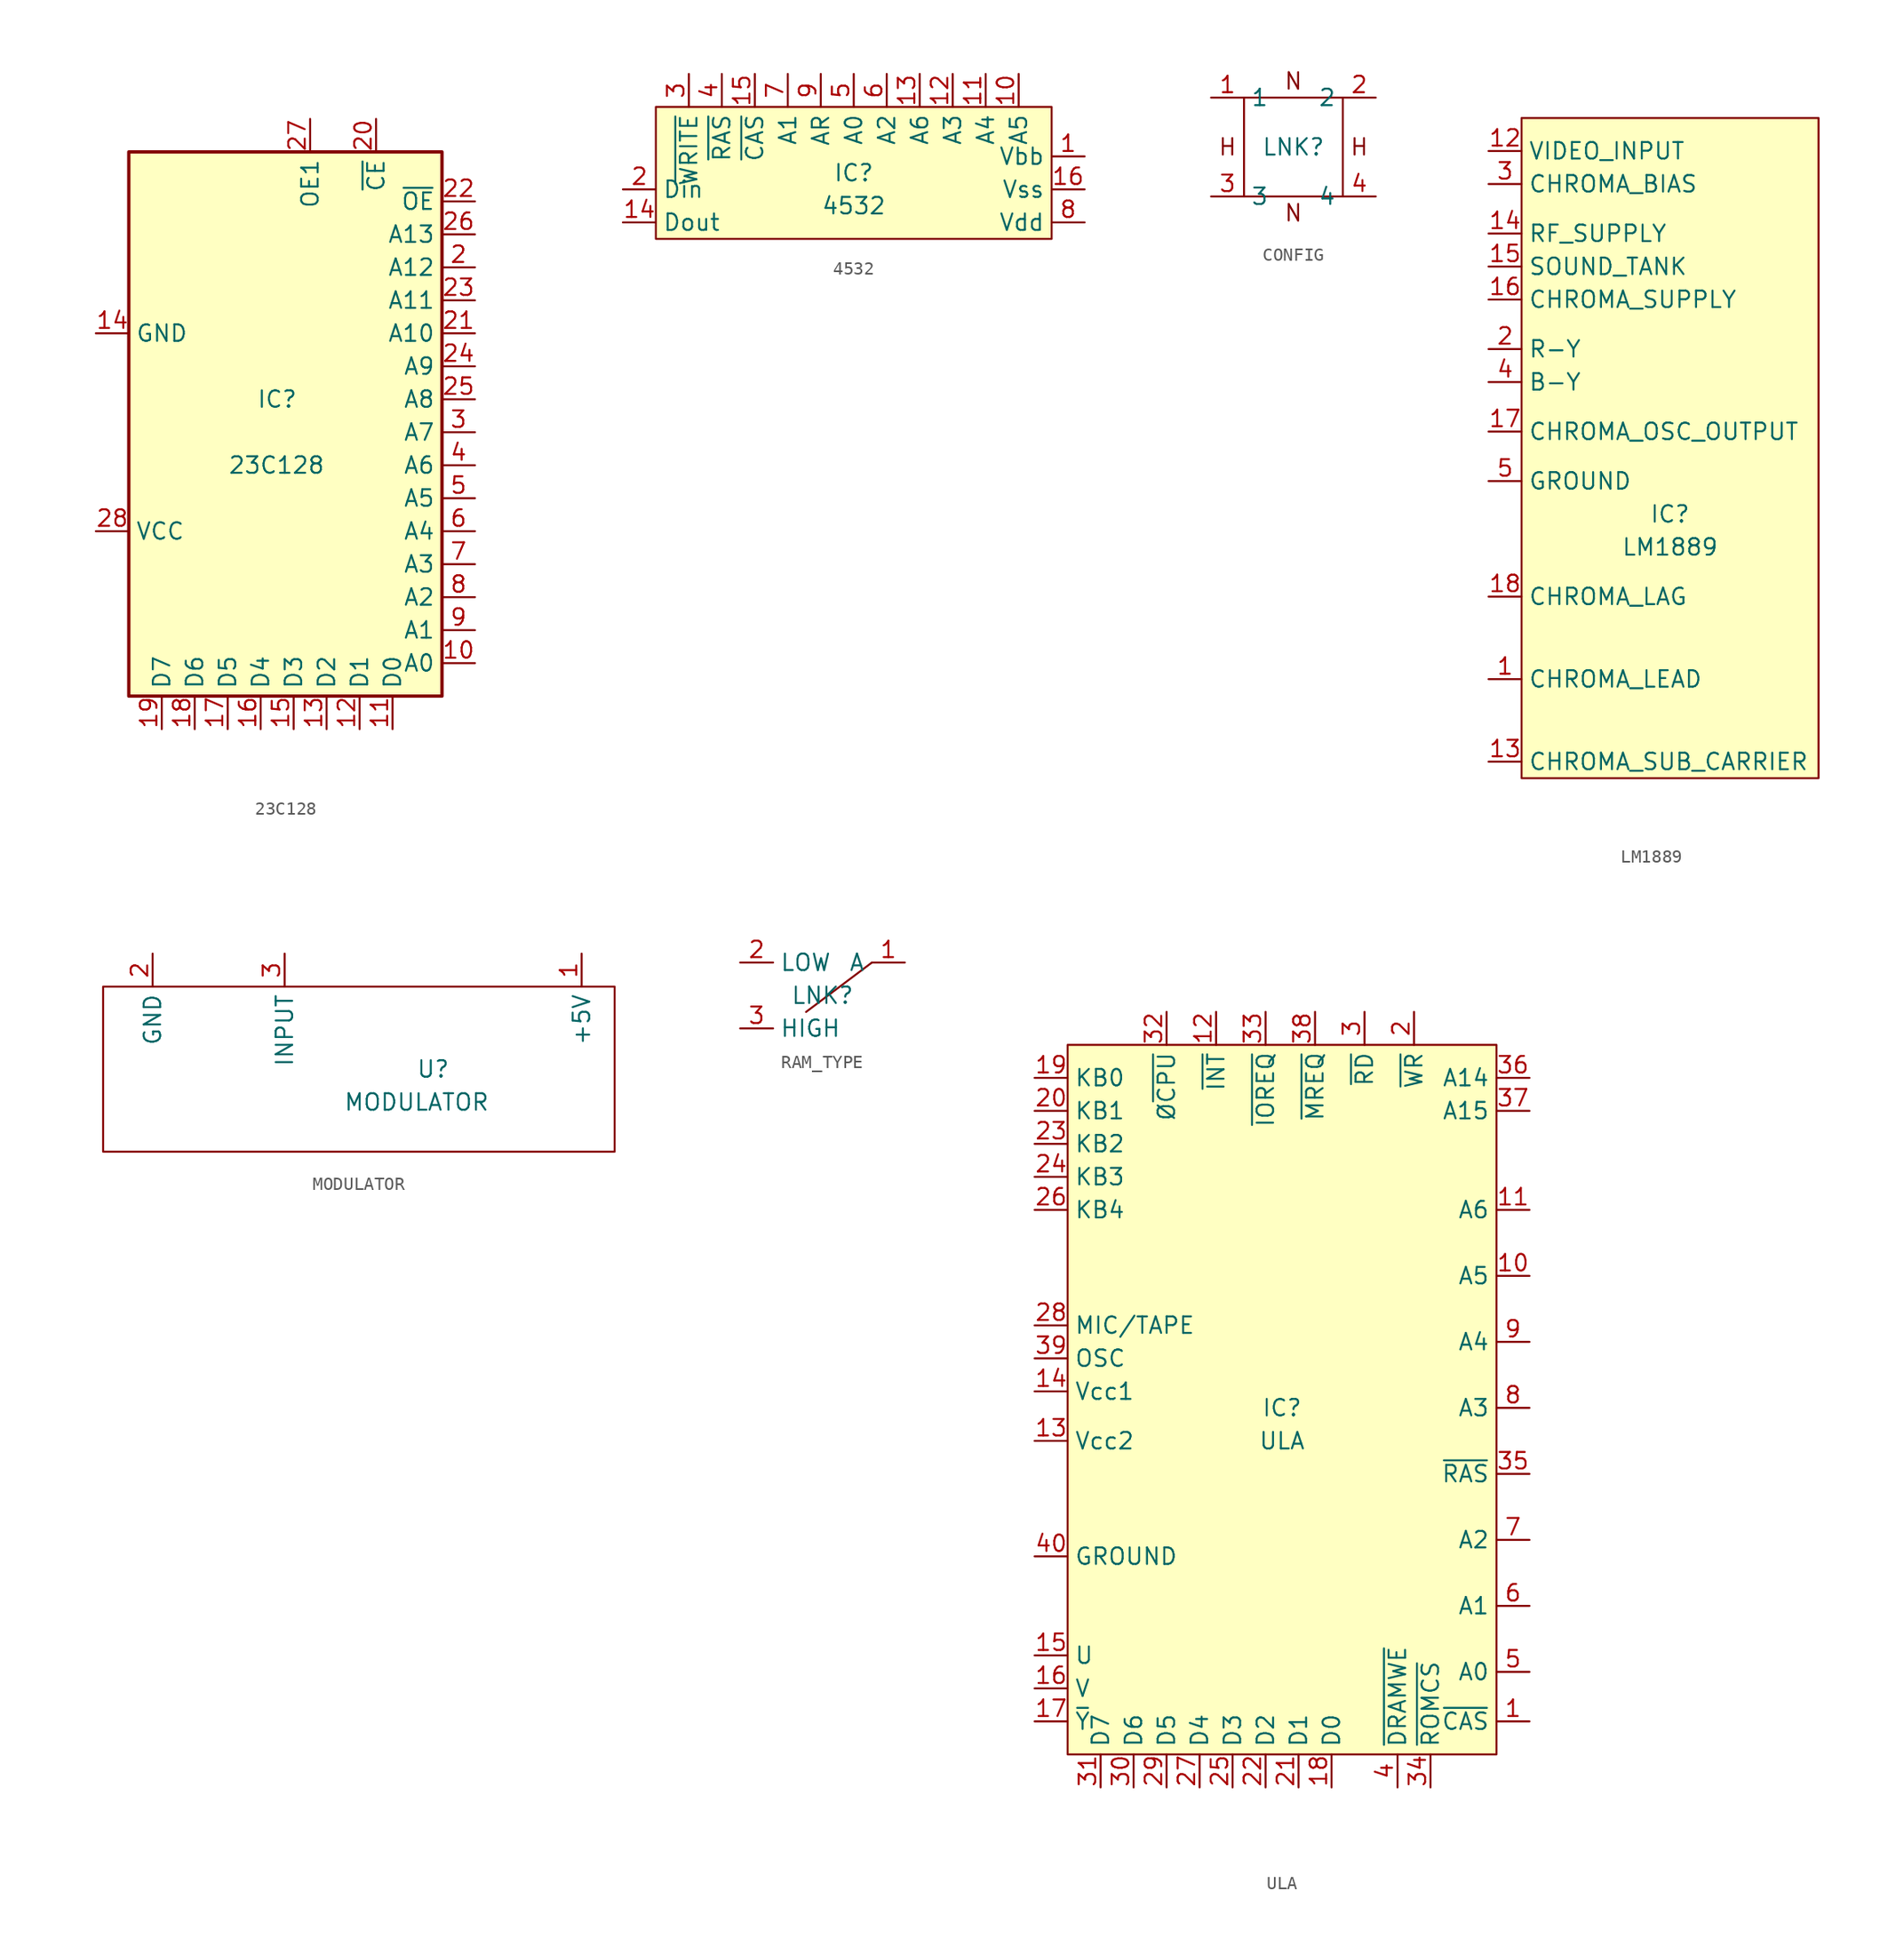
<source format=kicad_sym>
(kicad_symbol_lib
  (version 20220914)
  (generator kicad_symbol_editor)
  (symbol "23C128"
    (property "Reference" "IC"
      (at 0 2.54 0)
      (effects (font (size 1.27 1.27))))
    (property "Value" "23C128"
      (at -3.81 -2.54 0)
      (effects (font (size 1.27 1.27)) (justify left)))
    (symbol "23C128_1_1"
      (rectangle (start -11.43 21.59) (end 12.7 -20.32) (stroke (width 0.254) (type default)) (fill (type background)))
      (pin no_connect line (at -13.97 -15.24 0) (length 2.54) hide (name "NC" (effects (font (size 1.27 1.27)))) (number "1" (effects (font (size 1.27 1.27)))))
      (pin input line (at 15.24 -17.78 180) (length 2.54) (name "A0" (effects (font (size 1.27 1.27)))) (number "10" (effects (font (size 1.27 1.27)))))
      (pin tri_state line (at 8.89 -22.86 90) (length 2.54) (name "D0" (effects (font (size 1.27 1.27)))) (number "11" (effects (font (size 1.27 1.27)))))
      (pin tri_state line (at 6.35 -22.86 90) (length 2.54) (name "D1" (effects (font (size 1.27 1.27)))) (number "12" (effects (font (size 1.27 1.27)))))
      (pin tri_state line (at 3.81 -22.86 90) (length 2.54) (name "D2" (effects (font (size 1.27 1.27)))) (number "13" (effects (font (size 1.27 1.27)))))
      (pin power_in line (at -13.97 7.62 0) (length 2.54) (name "GND" (effects (font (size 1.27 1.27)))) (number "14" (effects (font (size 1.27 1.27)))))
      (pin tri_state line (at 1.27 -22.86 90) (length 2.54) (name "D3" (effects (font (size 1.27 1.27)))) (number "15" (effects (font (size 1.27 1.27)))))
      (pin tri_state line (at -1.27 -22.86 90) (length 2.54) (name "D4" (effects (font (size 1.27 1.27)))) (number "16" (effects (font (size 1.27 1.27)))))
      (pin tri_state line (at -3.81 -22.86 90) (length 2.54) (name "D5" (effects (font (size 1.27 1.27)))) (number "17" (effects (font (size 1.27 1.27)))))
      (pin tri_state line (at -6.35 -22.86 90) (length 2.54) (name "D6" (effects (font (size 1.27 1.27)))) (number "18" (effects (font (size 1.27 1.27)))))
      (pin tri_state line (at -8.89 -22.86 90) (length 2.54) (name "D7" (effects (font (size 1.27 1.27)))) (number "19" (effects (font (size 1.27 1.27)))))
      (pin input line (at 15.24 12.7 180) (length 2.54) (name "A12" (effects (font (size 1.27 1.27)))) (number "2" (effects (font (size 1.27 1.27)))))
      (pin input line (at 7.62 24.13 270) (length 2.54) (name "~{CE}" (effects (font (size 1.27 1.27)))) (number "20" (effects (font (size 1.27 1.27)))))
      (pin input line (at 15.24 7.62 180) (length 2.54) (name "A10" (effects (font (size 1.27 1.27)))) (number "21" (effects (font (size 1.27 1.27)))))
      (pin input line (at 15.24 17.78 180) (length 2.54) (name "~{OE}" (effects (font (size 1.27 1.27)))) (number "22" (effects (font (size 1.27 1.27)))))
      (pin input line (at 15.24 10.16 180) (length 2.54) (name "A11" (effects (font (size 1.27 1.27)))) (number "23" (effects (font (size 1.27 1.27)))))
      (pin input line (at 15.24 5.08 180) (length 2.54) (name "A9" (effects (font (size 1.27 1.27)))) (number "24" (effects (font (size 1.27 1.27)))))
      (pin input line (at 15.24 2.54 180) (length 2.54) (name "A8" (effects (font (size 1.27 1.27)))) (number "25" (effects (font (size 1.27 1.27)))))
      (pin input line (at 15.24 15.24 180) (length 2.54) (name "A13" (effects (font (size 1.27 1.27)))) (number "26" (effects (font (size 1.27 1.27)))))
      (pin input line (at 2.54 24.13 270) (length 2.54) (name "OE1" (effects (font (size 1.27 1.27)))) (number "27" (effects (font (size 1.27 1.27)))))
      (pin power_in line (at -13.97 -7.62 0) (length 2.54) (name "VCC" (effects (font (size 1.27 1.27)))) (number "28" (effects (font (size 1.27 1.27)))))
      (pin input line (at 15.24 0 180) (length 2.54) (name "A7" (effects (font (size 1.27 1.27)))) (number "3" (effects (font (size 1.27 1.27)))))
      (pin input line (at 15.24 -2.54 180) (length 2.54) (name "A6" (effects (font (size 1.27 1.27)))) (number "4" (effects (font (size 1.27 1.27)))))
      (pin input line (at 15.24 -5.08 180) (length 2.54) (name "A5" (effects (font (size 1.27 1.27)))) (number "5" (effects (font (size 1.27 1.27)))))
      (pin input line (at 15.24 -7.62 180) (length 2.54) (name "A4" (effects (font (size 1.27 1.27)))) (number "6" (effects (font (size 1.27 1.27)))))
      (pin input line (at 15.24 -10.16 180) (length 2.54) (name "A3" (effects (font (size 1.27 1.27)))) (number "7" (effects (font (size 1.27 1.27)))))
      (pin input line (at 15.24 -12.7 180) (length 2.54) (name "A2" (effects (font (size 1.27 1.27)))) (number "8" (effects (font (size 1.27 1.27)))))
      (pin input line (at 15.24 -15.24 180) (length 2.54) (name "A1" (effects (font (size 1.27 1.27)))) (number "9" (effects (font (size 1.27 1.27)))))))
  (symbol "4532"
    (property "Reference" "IC"
      (at 0 0 0)
      (effects (font (size 1.27 1.27))))
    (property "Value" "4532"
      (at 0 -2.54 0)
      (effects (font (size 1.27 1.27))))
    (symbol "4532_1_1"
      (rectangle (start -15.24 5.08) (end 15.24 -5.08) (stroke (width 0) (type default)) (fill (type background)))
      (pin passive line (at 17.78 1.27 180) (length 2.54) (name "Vbb" (effects (font (size 1.27 1.27)))) (number "1" (effects (font (size 1.27 1.27)))))
      (pin input line (at 12.7 7.62 270) (length 2.54) (name "A5" (effects (font (size 1.27 1.27)))) (number "10" (effects (font (size 1.27 1.27)))))
      (pin input line (at 10.16 7.62 270) (length 2.54) (name "A4" (effects (font (size 1.27 1.27)))) (number "11" (effects (font (size 1.27 1.27)))))
      (pin input line (at 7.62 7.62 270) (length 2.54) (name "A3" (effects (font (size 1.27 1.27)))) (number "12" (effects (font (size 1.27 1.27)))))
      (pin input line (at 5.08 7.62 270) (length 2.54) (name "A6" (effects (font (size 1.27 1.27)))) (number "13" (effects (font (size 1.27 1.27)))))
      (pin output line (at -17.78 -3.81 0) (length 2.54) (name "Dout" (effects (font (size 1.27 1.27)))) (number "14" (effects (font (size 1.27 1.27)))))
      (pin input line (at -7.62 7.62 270) (length 2.54) (name "~{CAS}" (effects (font (size 1.27 1.27)))) (number "15" (effects (font (size 1.27 1.27)))))
      (pin passive line (at 17.78 -1.27 180) (length 2.54) (name "Vss" (effects (font (size 1.27 1.27)))) (number "16" (effects (font (size 1.27 1.27)))))
      (pin input line (at -17.78 -1.27 0) (length 2.54) (name "Din" (effects (font (size 1.27 1.27)))) (number "2" (effects (font (size 1.27 1.27)))))
      (pin input line (at -12.7 7.62 270) (length 2.54) (name "~{WRITE}" (effects (font (size 1.27 1.27)))) (number "3" (effects (font (size 1.27 1.27)))))
      (pin input line (at -10.16 7.62 270) (length 2.54) (name "~{RAS}" (effects (font (size 1.27 1.27)))) (number "4" (effects (font (size 1.27 1.27)))))
      (pin input line (at 0 7.62 270) (length 2.54) (name "A0" (effects (font (size 1.27 1.27)))) (number "5" (effects (font (size 1.27 1.27)))))
      (pin input line (at 2.54 7.62 270) (length 2.54) (name "A2" (effects (font (size 1.27 1.27)))) (number "6" (effects (font (size 1.27 1.27)))))
      (pin input line (at -5.08 7.62 270) (length 2.54) (name "A1" (effects (font (size 1.27 1.27)))) (number "7" (effects (font (size 1.27 1.27)))))
      (pin passive line (at 17.78 -3.81 180) (length 2.54) (name "Vdd" (effects (font (size 1.27 1.27)))) (number "8" (effects (font (size 1.27 1.27)))))
      (pin input line (at -2.54 7.62 270) (length 2.54) (name "AR" (effects (font (size 1.27 1.27)))) (number "9" (effects (font (size 1.27 1.27)))))))
  (symbol "CONFIG"
    (property "Reference" "LNK"
      (at 0 0 0)
      (effects (font (size 1.27 1.27))))
    (property "Value" ""
      (at 0 0 0)
      (effects (font (size 1.27 1.27))))
    (symbol "CONFIG_0_1"
      (rectangle (start -3.81 3.81) (end 3.81 -3.81) (stroke (width 0) (type default)) (fill (type none))))
    (symbol "CONFIG_1_1"
      (text "H" (at -5.08 0 0) (effects (font (size 1.27 1.27))))
      (text "H" (at 5.08 0 0) (effects (font (size 1.27 1.27))))
      (text "N" (at 0 -5.08 0) (effects (font (size 1.27 1.27))))
      (text "N" (at 0 5.08 0) (effects (font (size 1.27 1.27))))
      (pin input line (at -6.35 3.81 0) (length 2.54) (name "1" (effects (font (size 1.27 1.27)))) (number "1" (effects (font (size 1.27 1.27)))))
      (pin input line (at 6.35 3.81 180) (length 2.54) (name "2" (effects (font (size 1.27 1.27)))) (number "2" (effects (font (size 1.27 1.27)))))
      (pin input line (at -6.35 -3.81 0) (length 2.54) (name "3" (effects (font (size 1.27 1.27)))) (number "3" (effects (font (size 1.27 1.27)))))
      (pin input line (at 6.35 -3.81 180) (length 2.54) (name "4" (effects (font (size 1.27 1.27)))) (number "4" (effects (font (size 1.27 1.27)))))))
  (symbol "LM1889"
    (property "Reference" "IC"
      (at 0 -5.08 0)
      (effects (font (size 1.27 1.27))))
    (property "Value" "LM1889"
      (at 0 -7.62 0)
      (effects (font (size 1.27 1.27))))
    (symbol "LM1889_1_1"
      (rectangle (start -11.43 25.4) (end 11.43 -25.4) (stroke (width 0) (type default)) (fill (type background)))
      (pin input line (at -13.97 -17.78 0) (length 2.54) (name "CHROMA_LEAD" (effects (font (size 1.27 1.27)))) (number "1" (effects (font (size 1.27 1.27)))))
      (pin input line (at -13.97 22.86 0) (length 2.54) (name "VIDEO_INPUT" (effects (font (size 1.27 1.27)))) (number "12" (effects (font (size 1.27 1.27)))))
      (pin input line (at -13.97 -24.13 0) (length 2.54) (name "CHROMA_SUB_CARRIER" (effects (font (size 1.27 1.27)))) (number "13" (effects (font (size 1.27 1.27)))))
      (pin input line (at -13.97 16.51 0) (length 2.54) (name "RF_SUPPLY" (effects (font (size 1.27 1.27)))) (number "14" (effects (font (size 1.27 1.27)))))
      (pin input line (at -13.97 13.97 0) (length 2.54) (name "SOUND_TANK" (effects (font (size 1.27 1.27)))) (number "15" (effects (font (size 1.27 1.27)))))
      (pin input line (at -13.97 11.43 0) (length 2.54) (name "CHROMA_SUPPLY" (effects (font (size 1.27 1.27)))) (number "16" (effects (font (size 1.27 1.27)))))
      (pin input line (at -13.97 1.27 0) (length 2.54) (name "CHROMA_OSC_OUTPUT" (effects (font (size 1.27 1.27)))) (number "17" (effects (font (size 1.27 1.27)))))
      (pin input line (at -13.97 -11.43 0) (length 2.54) (name "CHROMA_LAG" (effects (font (size 1.27 1.27)))) (number "18" (effects (font (size 1.27 1.27)))))
      (pin input line (at -13.97 7.62 0) (length 2.54) (name "R-Y" (effects (font (size 1.27 1.27)))) (number "2" (effects (font (size 1.27 1.27)))))
      (pin input line (at -13.97 20.32 0) (length 2.54) (name "CHROMA_BIAS" (effects (font (size 1.27 1.27)))) (number "3" (effects (font (size 1.27 1.27)))))
      (pin input line (at -13.97 5.08 0) (length 2.54) (name "B-Y" (effects (font (size 1.27 1.27)))) (number "4" (effects (font (size 1.27 1.27)))))
      (pin input line (at -13.97 -2.54 0) (length 2.54) (name "GROUND" (effects (font (size 1.27 1.27)))) (number "5" (effects (font (size 1.27 1.27)))))))
  (symbol "MODULATOR"
    (property "Reference" "U"
      (at 5.08 0 0)
      (effects (font (size 1.27 1.27))))
    (property "Value" "MODULATOR"
      (at 3.81 -2.54 0)
      (effects (font (size 1.27 1.27))))
    (symbol "MODULATOR_0_1"
      (rectangle (start -20.32 6.35) (end 19.05 -6.35) (stroke (width 0) (type default)) (fill (type none))))
    (symbol "MODULATOR_1_1"
      (pin passive line (at 16.51 8.89 270) (length 2.54) (name "+5V" (effects (font (size 1.27 1.27)))) (number "1" (effects (font (size 1.27 1.27)))))
      (pin passive line (at -16.51 8.89 270) (length 2.54) (name "GND" (effects (font (size 1.27 1.27)))) (number "2" (effects (font (size 1.27 1.27)))))
      (pin input line (at -6.35 8.89 270) (length 2.54) (name "INPUT" (effects (font (size 1.27 1.27)))) (number "3" (effects (font (size 1.27 1.27)))))))
  (symbol "RAM_TYPE"
    (property "Reference" "LNK"
      (at 0 0 0)
      (effects (font (size 1.27 1.27))))
    (property "Value" ""
      (at 0 0 0)
      (effects (font (size 1.27 1.27))))
    (symbol "RAM_TYPE_0_1"
      (polyline (pts (xy 3.81 2.54) (xy -1.27 -1.27)) (stroke (width 0) (type default)) (fill (type none))))
    (symbol "RAM_TYPE_1_1"
      (pin output line (at 6.35 2.54 180) (length 2.54) (name "A" (effects (font (size 1.27 1.27)))) (number "1" (effects (font (size 1.27 1.27)))))
      (pin input line (at -6.35 2.54 0) (length 2.54) (name "LOW" (effects (font (size 1.27 1.27)))) (number "2" (effects (font (size 1.27 1.27)))))
      (pin input line (at -6.35 -2.54 0) (length 2.54) (name "HIGH" (effects (font (size 1.27 1.27)))) (number "3" (effects (font (size 1.27 1.27)))))))
  (symbol "ULA"
    (property "Reference" "IC"
      (at 0 0 0)
      (effects (font (size 1.27 1.27))))
    (property "Value" "ULA"
      (at 0 -2.54 0)
      (effects (font (size 1.27 1.27))))
    (symbol "ULA_1_1"
      (rectangle (start -16.51 27.94) (end 16.51 -26.67) (stroke (width 0) (type default)) (fill (type background)))
      (pin input line (at 19.05 -24.13 180) (length 2.54) (name "~{CAS}" (effects (font (size 1.27 1.27)))) (number "1" (effects (font (size 1.27 1.27)))))
      (pin input line (at 19.05 10.16 180) (length 2.54) (name "A5" (effects (font (size 1.27 1.27)))) (number "10" (effects (font (size 1.27 1.27)))))
      (pin input line (at 19.05 15.24 180) (length 2.54) (name "A6" (effects (font (size 1.27 1.27)))) (number "11" (effects (font (size 1.27 1.27)))))
      (pin input line (at -5.08 30.48 270) (length 2.54) (name "~{INT}" (effects (font (size 1.27 1.27)))) (number "12" (effects (font (size 1.27 1.27)))))
      (pin input line (at -19.05 -2.54 0) (length 2.54) (name "Vcc2" (effects (font (size 1.27 1.27)))) (number "13" (effects (font (size 1.27 1.27)))))
      (pin input line (at -19.05 1.27 0) (length 2.54) (name "Vcc1" (effects (font (size 1.27 1.27)))) (number "14" (effects (font (size 1.27 1.27)))))
      (pin input line (at -19.05 -19.05 0) (length 2.54) (name "U" (effects (font (size 1.27 1.27)))) (number "15" (effects (font (size 1.27 1.27)))))
      (pin input line (at -19.05 -21.59 0) (length 2.54) (name "V" (effects (font (size 1.27 1.27)))) (number "16" (effects (font (size 1.27 1.27)))))
      (pin input line (at -19.05 -24.13 0) (length 2.54) (name "~{Y}" (effects (font (size 1.27 1.27)))) (number "17" (effects (font (size 1.27 1.27)))))
      (pin input line (at 3.81 -29.21 90) (length 2.54) (name "D0" (effects (font (size 1.27 1.27)))) (number "18" (effects (font (size 1.27 1.27)))))
      (pin input line (at -19.05 25.4 0) (length 2.54) (name "KB0" (effects (font (size 1.27 1.27)))) (number "19" (effects (font (size 1.27 1.27)))))
      (pin input line (at 10.16 30.48 270) (length 2.54) (name "~{WR}" (effects (font (size 1.27 1.27)))) (number "2" (effects (font (size 1.27 1.27)))))
      (pin input line (at -19.05 22.86 0) (length 2.54) (name "KB1" (effects (font (size 1.27 1.27)))) (number "20" (effects (font (size 1.27 1.27)))))
      (pin input line (at 1.27 -29.21 90) (length 2.54) (name "D1" (effects (font (size 1.27 1.27)))) (number "21" (effects (font (size 1.27 1.27)))))
      (pin input line (at -1.27 -29.21 90) (length 2.54) (name "D2" (effects (font (size 1.27 1.27)))) (number "22" (effects (font (size 1.27 1.27)))))
      (pin input line (at -19.05 20.32 0) (length 2.54) (name "KB2" (effects (font (size 1.27 1.27)))) (number "23" (effects (font (size 1.27 1.27)))))
      (pin input line (at -19.05 17.78 0) (length 2.54) (name "KB3" (effects (font (size 1.27 1.27)))) (number "24" (effects (font (size 1.27 1.27)))))
      (pin input line (at -3.81 -29.21 90) (length 2.54) (name "D3" (effects (font (size 1.27 1.27)))) (number "25" (effects (font (size 1.27 1.27)))))
      (pin input line (at -19.05 15.24 0) (length 2.54) (name "KB4" (effects (font (size 1.27 1.27)))) (number "26" (effects (font (size 1.27 1.27)))))
      (pin input line (at -6.35 -29.21 90) (length 2.54) (name "D4" (effects (font (size 1.27 1.27)))) (number "27" (effects (font (size 1.27 1.27)))))
      (pin input line (at -19.05 6.35 0) (length 2.54) (name "MIC/TAPE" (effects (font (size 1.27 1.27)))) (number "28" (effects (font (size 1.27 1.27)))))
      (pin input line (at -8.89 -29.21 90) (length 2.54) (name "D5" (effects (font (size 1.27 1.27)))) (number "29" (effects (font (size 1.27 1.27)))))
      (pin input line (at 6.35 30.48 270) (length 2.54) (name "~{RD}" (effects (font (size 1.27 1.27)))) (number "3" (effects (font (size 1.27 1.27)))))
      (pin input line (at -11.43 -29.21 90) (length 2.54) (name "D6" (effects (font (size 1.27 1.27)))) (number "30" (effects (font (size 1.27 1.27)))))
      (pin input line (at -13.97 -29.21 90) (length 2.54) (name "D7" (effects (font (size 1.27 1.27)))) (number "31" (effects (font (size 1.27 1.27)))))
      (pin input line (at -8.89 30.48 270) (length 2.54) (name "Ø~{CPU}" (effects (font (size 1.27 1.27)))) (number "32" (effects (font (size 1.27 1.27)))))
      (pin input line (at -1.27 30.48 270) (length 2.54) (name "~{IOREQ}" (effects (font (size 1.27 1.27)))) (number "33" (effects (font (size 1.27 1.27)))))
      (pin input line (at 11.43 -29.21 90) (length 2.54) (name "~{ROMCS}" (effects (font (size 1.27 1.27)))) (number "34" (effects (font (size 1.27 1.27)))))
      (pin input line (at 19.05 -5.08 180) (length 2.54) (name "~{RAS}" (effects (font (size 1.27 1.27)))) (number "35" (effects (font (size 1.27 1.27)))))
      (pin input line (at 19.05 25.4 180) (length 2.54) (name "A14" (effects (font (size 1.27 1.27)))) (number "36" (effects (font (size 1.27 1.27)))))
      (pin input line (at 19.05 22.86 180) (length 2.54) (name "A15" (effects (font (size 1.27 1.27)))) (number "37" (effects (font (size 1.27 1.27)))))
      (pin input line (at 2.54 30.48 270) (length 2.54) (name "~{MREQ}" (effects (font (size 1.27 1.27)))) (number "38" (effects (font (size 1.27 1.27)))))
      (pin input line (at -19.05 3.81 0) (length 2.54) (name "OSC" (effects (font (size 1.27 1.27)))) (number "39" (effects (font (size 1.27 1.27)))))
      (pin input line (at 8.89 -29.21 90) (length 2.54) (name "~{DRAMWE}" (effects (font (size 1.27 1.27)))) (number "4" (effects (font (size 1.27 1.27)))))
      (pin input line (at -19.05 -11.43 0) (length 2.54) (name "GROUND" (effects (font (size 1.27 1.27)))) (number "40" (effects (font (size 1.27 1.27)))))
      (pin input line (at 19.05 -20.32 180) (length 2.54) (name "A0" (effects (font (size 1.27 1.27)))) (number "5" (effects (font (size 1.27 1.27)))))
      (pin input line (at 19.05 -15.24 180) (length 2.54) (name "A1" (effects (font (size 1.27 1.27)))) (number "6" (effects (font (size 1.27 1.27)))))
      (pin input line (at 19.05 -10.16 180) (length 2.54) (name "A2" (effects (font (size 1.27 1.27)))) (number "7" (effects (font (size 1.27 1.27)))))
      (pin input line (at 19.05 0 180) (length 2.54) (name "A3" (effects (font (size 1.27 1.27)))) (number "8" (effects (font (size 1.27 1.27)))))
      (pin input line (at 19.05 5.08 180) (length 2.54) (name "A4" (effects (font (size 1.27 1.27)))) (number "9" (effects (font (size 1.27 1.27))))))))
</source>
